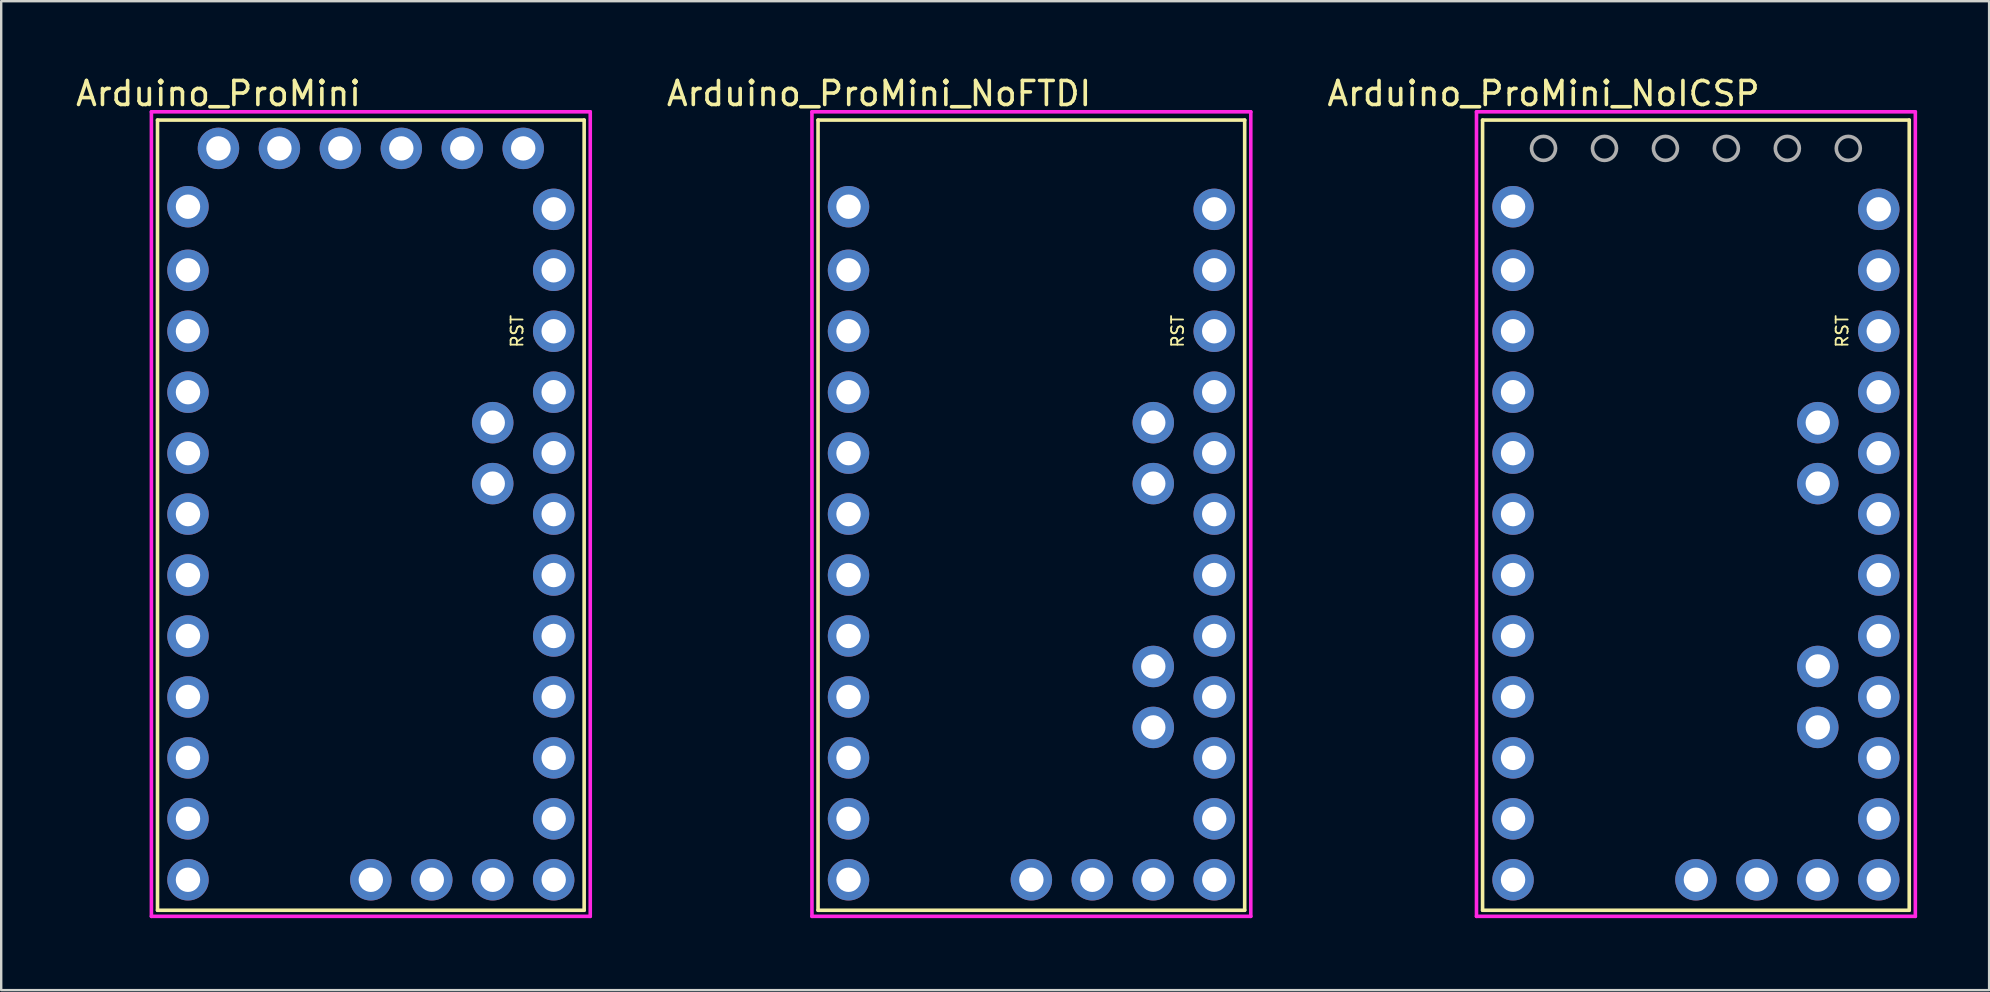
<source format=kicad_pcb>
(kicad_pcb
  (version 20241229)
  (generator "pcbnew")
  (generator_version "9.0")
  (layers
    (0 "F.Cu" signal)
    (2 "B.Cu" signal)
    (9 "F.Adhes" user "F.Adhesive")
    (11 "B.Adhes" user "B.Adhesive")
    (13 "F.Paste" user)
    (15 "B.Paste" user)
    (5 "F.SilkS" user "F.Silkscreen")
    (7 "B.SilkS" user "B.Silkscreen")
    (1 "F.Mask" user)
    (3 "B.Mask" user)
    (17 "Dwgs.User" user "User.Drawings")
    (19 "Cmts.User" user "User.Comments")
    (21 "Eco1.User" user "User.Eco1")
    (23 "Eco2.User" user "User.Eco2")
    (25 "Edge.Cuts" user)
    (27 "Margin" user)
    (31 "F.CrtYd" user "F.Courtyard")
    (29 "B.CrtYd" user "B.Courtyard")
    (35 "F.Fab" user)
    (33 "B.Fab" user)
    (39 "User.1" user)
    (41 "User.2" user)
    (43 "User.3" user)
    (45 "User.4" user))
  (footprint "Arduino_ProMini"
    (layer "F.Cu")
    (at 3.514 34.884)
    (property "Reference" "Arduino_ProMini" (at 2.54 -34.036 0) (layer "F.SilkS") (effects (font (size 1 1) (thickness 0.15))))
    (attr through_hole)
    (fp_line (start 0 -32.93) (end 17.78 -32.93) (stroke (width 0.15) (type solid)) (layer "F.SilkS"))
    (fp_line (start 0 0) (end 0 -32.93) (stroke (width 0.15) (type solid)) (layer "F.SilkS"))
    (fp_line (start 17.78 -32.93) (end 17.78 0) (stroke (width 0.15) (type solid)) (layer "F.SilkS"))
    (fp_line (start 17.78 0) (end 0 0) (stroke (width 0.15) (type solid)) (layer "F.SilkS"))
    (fp_line (start -0.254 -33.274) (end 18.034 -33.274) (stroke (width 0.15) (type solid)) (layer "F.CrtYd"))
    (fp_line (start -0.254 0.254) (end -0.254 -33.274) (stroke (width 0.15) (type solid)) (layer "F.CrtYd"))
    (fp_line (start 18.034 -33.274) (end 18.034 0.254) (stroke (width 0.15) (type solid)) (layer "F.CrtYd"))
    (fp_line (start 18.034 0.254) (end -0.254 0.254) (stroke (width 0.15) (type solid)) (layer "F.CrtYd"))
    (fp_text user "RST" (at 14.986 -24.13 90) (layer "F.SilkS") (effects (font (size 0.5 0.5) (thickness 0.075))))
    (pad "5V1" thru_hole circle (at 16.51 -21.59) (size 1.727 1.727) (drill 1.016) (layers "*.Cu" "*.Mask"))
    (pad "5V2" thru_hole circle (at 10.16 -31.75) (size 1.727 1.727) (drill 1.016) (layers "*.Cu" "*.Mask"))
    (pad "A0" thru_hole circle (at 16.51 -11.43) (size 1.727 1.727) (drill 1.016) (layers "*.Cu" "*.Mask"))
    (pad "A1" thru_hole circle (at 16.51 -13.97) (size 1.727 1.727) (drill 1.016) (layers "*.Cu" "*.Mask"))
    (pad "A2" thru_hole circle (at 16.51 -16.51) (size 1.727 1.727) (drill 1.016) (layers "*.Cu" "*.Mask"))
    (pad "A3" thru_hole circle (at 16.51 -19.05) (size 1.727 1.727) (drill 1.016) (layers "*.Cu" "*.Mask"))
    (pad "A4" thru_hole circle (at 13.97 -17.78) (size 1.727 1.727) (drill 1.016) (layers "*.Cu" "*.Mask"))
    (pad "A5" thru_hole circle (at 13.97 -20.32) (size 1.727 1.727) (drill 1.016) (layers "*.Cu" "*.Mask"))
    (pad "A6" thru_hole circle (at 11.43 -1.27) (size 1.727 1.727) (drill 1.016) (layers "*.Cu" "*.Mask"))
    (pad "A7" thru_hole circle (at 13.97 -1.27) (size 1.727 1.727) (drill 1.016) (layers "*.Cu" "*.Mask"))
    (pad "D0" thru_hole circle (at 1.27 -29.32) (size 1.727 1.727) (drill 1.016) (layers "*.Cu" "*.Mask"))
    (pad "D1" thru_hole circle (at 1.27 -26.67) (size 1.727 1.727) (drill 1.016) (layers "*.Cu" "*.Mask"))
    (pad "D2" thru_hole circle (at 1.27 -19.05) (size 1.727 1.727) (drill 1.016) (layers "*.Cu" "*.Mask"))
    (pad "D3" thru_hole circle (at 1.27 -16.51) (size 1.727 1.727) (drill 1.016) (layers "*.Cu" "*.Mask"))
    (pad "D4" thru_hole circle (at 1.27 -13.97) (size 1.727 1.727) (drill 1.016) (layers "*.Cu" "*.Mask"))
    (pad "D5" thru_hole circle (at 1.27 -11.43) (size 1.727 1.727) (drill 1.016) (layers "*.Cu" "*.Mask"))
    (pad "D6" thru_hole circle (at 1.27 -8.89) (size 1.727 1.727) (drill 1.016) (layers "*.Cu" "*.Mask"))
    (pad "D7" thru_hole circle (at 1.27 -6.35) (size 1.727 1.727) (drill 1.016) (layers "*.Cu" "*.Mask"))
    (pad "D8" thru_hole circle (at 1.27 -3.81) (size 1.727 1.727) (drill 1.016) (layers "*.Cu" "*.Mask"))
    (pad "D9" thru_hole circle (at 1.27 -1.27) (size 1.727 1.727) (drill 1.016) (layers "*.Cu" "*.Mask"))
    (pad "D10" thru_hole circle (at 16.51 -1.27) (size 1.727 1.727) (drill 1.016) (layers "*.Cu" "*.Mask"))
    (pad "D11" thru_hole circle (at 16.51 -3.81) (size 1.727 1.727) (drill 1.016) (layers "*.Cu" "*.Mask"))
    (pad "D12" thru_hole circle (at 16.51 -6.35) (size 1.727 1.727) (drill 1.016) (layers "*.Cu" "*.Mask"))
    (pad "D13" thru_hole circle (at 16.51 -8.89) (size 1.727 1.727) (drill 1.016) (layers "*.Cu" "*.Mask"))
    (pad "GND1" thru_hole circle (at 1.27 -21.59) (size 1.727 1.727) (drill 1.016) (layers "*.Cu" "*.Mask"))
    (pad "GND2" thru_hole circle (at 16.51 -26.67) (size 1.727 1.727) (drill 1.016) (layers "*.Cu" "*.Mask"))
    (pad "GND3" thru_hole circle (at 12.7 -31.75) (size 1.727 1.727) (drill 1.016) (layers "*.Cu" "*.Mask"))
    (pad "GND3" thru_hole circle (at 15.24 -31.75) (size 1.727 1.727) (drill 1.016) (layers "*.Cu" "*.Mask"))
    (pad "GND4" thru_hole circle (at 8.89 -1.27) (size 1.727 1.727) (drill 1.016) (layers "*.Cu" "*.Mask"))
    (pad "L2" thru_hole circle (at 2.54 -31.75) (size 1.727 1.727) (drill 1.016) (layers "*.Cu" "*.Mask"))
    (pad "RST1" thru_hole circle (at 1.27 -24.13) (size 1.727 1.727) (drill 1.016) (layers "*.Cu" "*.Mask"))
    (pad "RST2" thru_hole circle (at 16.51 -24.13) (size 1.727 1.727) (drill 1.016) (layers "*.Cu" "*.Mask"))
    (pad "RX" thru_hole circle (at 7.62 -31.75) (size 1.727 1.727) (drill 1.016) (layers "*.Cu" "*.Mask"))
    (pad "TX" thru_hole circle (at 5.08 -31.75) (size 1.727 1.727) (drill 1.016) (layers "*.Cu" "*.Mask"))
    (pad "VIN" thru_hole circle (at 16.51 -29.21) (size 1.727 1.727) (drill 1.016) (layers "*.Cu" "*.Mask")))
  (footprint "Arduino_ProMini_NoICSP"
    (layer "F.Cu")
    (at 58.735 34.884)
    (property "Reference" "Arduino_ProMini_NoICSP" (at 2.54 -34.036 0) (layer "F.SilkS") (effects (font (size 1 1) (thickness 0.15))))
    (attr through_hole)
    (fp_line (start 0 -32.93) (end 17.78 -32.93) (stroke (width 0.15) (type solid)) (layer "F.SilkS"))
    (fp_line (start 0 0) (end 0 -32.93) (stroke (width 0.15) (type solid)) (layer "F.SilkS"))
    (fp_line (start 17.78 -32.93) (end 17.78 0) (stroke (width 0.15) (type solid)) (layer "F.SilkS"))
    (fp_line (start 17.78 0) (end 0 0) (stroke (width 0.15) (type solid)) (layer "F.SilkS"))
    (fp_line (start -0.254 -33.274) (end 18.034 -33.274) (stroke (width 0.15) (type solid)) (layer "F.CrtYd"))
    (fp_line (start -0.254 0.254) (end -0.254 -33.274) (stroke (width 0.15) (type solid)) (layer "F.CrtYd"))
    (fp_line (start 18.034 -33.274) (end 18.034 0.254) (stroke (width 0.15) (type solid)) (layer "F.CrtYd"))
    (fp_line (start 18.034 0.254) (end -0.254 0.254) (stroke (width 0.15) (type solid)) (layer "F.CrtYd"))
    (fp_circle (center 2.54 -31.75) (end 3.04 -31.75) (stroke (width 0.15) (type solid)) (fill no) (layer "F.Fab"))
    (fp_circle (center 5.08 -31.75) (end 5.58 -31.75) (stroke (width 0.15) (type solid)) (fill no) (layer "F.Fab"))
    (fp_circle (center 7.62 -31.75) (end 8.12 -31.75) (stroke (width 0.15) (type solid)) (fill no) (layer "F.Fab"))
    (fp_circle (center 10.16 -31.75) (end 10.66 -31.75) (stroke (width 0.15) (type solid)) (fill no) (layer "F.Fab"))
    (fp_circle (center 12.7 -31.75) (end 13.2 -31.75) (stroke (width 0.15) (type solid)) (fill no) (layer "F.Fab"))
    (fp_circle (center 15.24 -31.75) (end 15.74 -31.75) (stroke (width 0.15) (type solid)) (fill no) (layer "F.Fab"))
    (fp_text user "RST" (at 14.986 -24.13 90) (layer "F.SilkS") (effects (font (size 0.5 0.5) (thickness 0.075))))
    (pad "5V1" thru_hole circle (at 16.51 -21.59) (size 1.727 1.727) (drill 1.016) (layers "*.Cu" "*.Mask"))
    (pad "A0" thru_hole circle (at 16.51 -11.43) (size 1.727 1.727) (drill 1.016) (layers "*.Cu" "*.Mask"))
    (pad "A1" thru_hole circle (at 16.51 -13.97) (size 1.727 1.727) (drill 1.016) (layers "*.Cu" "*.Mask"))
    (pad "A2" thru_hole circle (at 16.51 -16.51) (size 1.727 1.727) (drill 1.016) (layers "*.Cu" "*.Mask"))
    (pad "A3" thru_hole circle (at 16.51 -19.05) (size 1.727 1.727) (drill 1.016) (layers "*.Cu" "*.Mask"))
    (pad "A4" thru_hole circle (at 13.97 -17.78) (size 1.727 1.727) (drill 1.016) (layers "*.Cu" "*.Mask"))
    (pad "A5" thru_hole circle (at 13.97 -20.32) (size 1.727 1.727) (drill 1.016) (layers "*.Cu" "*.Mask"))
    (pad "A6" thru_hole circle (at 11.43 -1.27) (size 1.727 1.727) (drill 1.016) (layers "*.Cu" "*.Mask"))
    (pad "A6" thru_hole circle (at 13.97 -7.62) (size 1.727 1.727) (drill 1.016) (layers "*.Cu" "*.Mask"))
    (pad "A7" thru_hole circle (at 13.97 -10.16) (size 1.727 1.727) (drill 1.016) (layers "*.Cu" "*.Mask"))
    (pad "A7" thru_hole circle (at 13.97 -1.27) (size 1.727 1.727) (drill 1.016) (layers "*.Cu" "*.Mask"))
    (pad "D0" thru_hole circle (at 1.27 -29.32) (size 1.727 1.727) (drill 1.016) (layers "*.Cu" "*.Mask"))
    (pad "D1" thru_hole circle (at 1.27 -26.67) (size 1.727 1.727) (drill 1.016) (layers "*.Cu" "*.Mask"))
    (pad "D2" thru_hole circle (at 1.27 -19.05) (size 1.727 1.727) (drill 1.016) (layers "*.Cu" "*.Mask"))
    (pad "D3" thru_hole circle (at 1.27 -16.51) (size 1.727 1.727) (drill 1.016) (layers "*.Cu" "*.Mask"))
    (pad "D4" thru_hole circle (at 1.27 -13.97) (size 1.727 1.727) (drill 1.016) (layers "*.Cu" "*.Mask"))
    (pad "D5" thru_hole circle (at 1.27 -11.43) (size 1.727 1.727) (drill 1.016) (layers "*.Cu" "*.Mask"))
    (pad "D6" thru_hole circle (at 1.27 -8.89) (size 1.727 1.727) (drill 1.016) (layers "*.Cu" "*.Mask"))
    (pad "D7" thru_hole circle (at 1.27 -6.35) (size 1.727 1.727) (drill 1.016) (layers "*.Cu" "*.Mask"))
    (pad "D8" thru_hole circle (at 1.27 -3.81) (size 1.727 1.727) (drill 1.016) (layers "*.Cu" "*.Mask"))
    (pad "D9" thru_hole circle (at 1.27 -1.27) (size 1.727 1.727) (drill 1.016) (layers "*.Cu" "*.Mask"))
    (pad "D10" thru_hole circle (at 16.51 -1.27) (size 1.727 1.727) (drill 1.016) (layers "*.Cu" "*.Mask"))
    (pad "D11" thru_hole circle (at 16.51 -3.81) (size 1.727 1.727) (drill 1.016) (layers "*.Cu" "*.Mask"))
    (pad "D12" thru_hole circle (at 16.51 -6.35) (size 1.727 1.727) (drill 1.016) (layers "*.Cu" "*.Mask"))
    (pad "D13" thru_hole circle (at 16.51 -8.89) (size 1.727 1.727) (drill 1.016) (layers "*.Cu" "*.Mask"))
    (pad "GND1" thru_hole circle (at 1.27 -21.59) (size 1.727 1.727) (drill 1.016) (layers "*.Cu" "*.Mask"))
    (pad "GND2" thru_hole circle (at 16.51 -26.67) (size 1.727 1.727) (drill 1.016) (layers "*.Cu" "*.Mask"))
    (pad "GND4" thru_hole circle (at 8.89 -1.27) (size 1.727 1.727) (drill 1.016) (layers "*.Cu" "*.Mask"))
    (pad "RST1" thru_hole circle (at 1.27 -24.13) (size 1.727 1.727) (drill 1.016) (layers "*.Cu" "*.Mask"))
    (pad "RST2" thru_hole circle (at 16.51 -24.13) (size 1.727 1.727) (drill 1.016) (layers "*.Cu" "*.Mask"))
    (pad "VIN" thru_hole circle (at 16.51 -29.21) (size 1.727 1.727) (drill 1.016) (layers "*.Cu" "*.Mask")))
  (footprint "Arduino_ProMini_NoFTDI"
    (layer "F.Cu")
    (at 31.041 34.884)
    (property "Reference" "Arduino_ProMini_NoFTDI" (at 2.54 -34.036 0) (layer "F.SilkS") (effects (font (size 1 1) (thickness 0.15))))
    (attr through_hole)
    (fp_line (start 0 -32.93) (end 17.78 -32.93) (stroke (width 0.15) (type solid)) (layer "F.SilkS"))
    (fp_line (start 0 0) (end 0 -32.93) (stroke (width 0.15) (type solid)) (layer "F.SilkS"))
    (fp_line (start 17.78 -32.93) (end 17.78 0) (stroke (width 0.15) (type solid)) (layer "F.SilkS"))
    (fp_line (start 17.78 0) (end 0 0) (stroke (width 0.15) (type solid)) (layer "F.SilkS"))
    (fp_line (start -0.254 -33.274) (end 18.034 -33.274) (stroke (width 0.15) (type solid)) (layer "F.CrtYd"))
    (fp_line (start -0.254 0.254) (end -0.254 -33.274) (stroke (width 0.15) (type solid)) (layer "F.CrtYd"))
    (fp_line (start 18.034 -33.274) (end 18.034 0.254) (stroke (width 0.15) (type solid)) (layer "F.CrtYd"))
    (fp_line (start 18.034 0.254) (end -0.254 0.254) (stroke (width 0.15) (type solid)) (layer "F.CrtYd"))
    (fp_text user "RST" (at 14.986 -24.13 90) (layer "F.SilkS") (effects (font (size 0.5 0.5) (thickness 0.075))))
    (pad "5V1" thru_hole circle (at 16.51 -21.59) (size 1.727 1.727) (drill 1.016) (layers "*.Cu" "*.Mask"))
    (pad "A0" thru_hole circle (at 16.51 -11.43) (size 1.727 1.727) (drill 1.016) (layers "*.Cu" "*.Mask"))
    (pad "A1" thru_hole circle (at 16.51 -13.97) (size 1.727 1.727) (drill 1.016) (layers "*.Cu" "*.Mask"))
    (pad "A2" thru_hole circle (at 16.51 -16.51) (size 1.727 1.727) (drill 1.016) (layers "*.Cu" "*.Mask"))
    (pad "A3" thru_hole circle (at 16.51 -19.05) (size 1.727 1.727) (drill 1.016) (layers "*.Cu" "*.Mask"))
    (pad "A4" thru_hole circle (at 13.97 -17.78) (size 1.727 1.727) (drill 1.016) (layers "*.Cu" "*.Mask"))
    (pad "A5" thru_hole circle (at 13.97 -20.32) (size 1.727 1.727) (drill 1.016) (layers "*.Cu" "*.Mask"))
    (pad "A6" thru_hole circle (at 11.43 -1.27) (size 1.727 1.727) (drill 1.016) (layers "*.Cu" "*.Mask"))
    (pad "A6" thru_hole circle (at 13.97 -7.62) (size 1.727 1.727) (drill 1.016) (layers "*.Cu" "*.Mask"))
    (pad "A7" thru_hole circle (at 13.97 -10.16) (size 1.727 1.727) (drill 1.016) (layers "*.Cu" "*.Mask"))
    (pad "A7" thru_hole circle (at 13.97 -1.27) (size 1.727 1.727) (drill 1.016) (layers "*.Cu" "*.Mask"))
    (pad "D0" thru_hole circle (at 1.27 -29.32) (size 1.727 1.727) (drill 1.016) (layers "*.Cu" "*.Mask"))
    (pad "D1" thru_hole circle (at 1.27 -26.67) (size 1.727 1.727) (drill 1.016) (layers "*.Cu" "*.Mask"))
    (pad "D2" thru_hole circle (at 1.27 -19.05) (size 1.727 1.727) (drill 1.016) (layers "*.Cu" "*.Mask"))
    (pad "D3" thru_hole circle (at 1.27 -16.51) (size 1.727 1.727) (drill 1.016) (layers "*.Cu" "*.Mask"))
    (pad "D4" thru_hole circle (at 1.27 -13.97) (size 1.727 1.727) (drill 1.016) (layers "*.Cu" "*.Mask"))
    (pad "D5" thru_hole circle (at 1.27 -11.43) (size 1.727 1.727) (drill 1.016) (layers "*.Cu" "*.Mask"))
    (pad "D6" thru_hole circle (at 1.27 -8.89) (size 1.727 1.727) (drill 1.016) (layers "*.Cu" "*.Mask"))
    (pad "D7" thru_hole circle (at 1.27 -6.35) (size 1.727 1.727) (drill 1.016) (layers "*.Cu" "*.Mask"))
    (pad "D8" thru_hole circle (at 1.27 -3.81) (size 1.727 1.727) (drill 1.016) (layers "*.Cu" "*.Mask"))
    (pad "D9" thru_hole circle (at 1.27 -1.27) (size 1.727 1.727) (drill 1.016) (layers "*.Cu" "*.Mask"))
    (pad "D10" thru_hole circle (at 16.51 -1.27) (size 1.727 1.727) (drill 1.016) (layers "*.Cu" "*.Mask"))
    (pad "D11" thru_hole circle (at 16.51 -3.81) (size 1.727 1.727) (drill 1.016) (layers "*.Cu" "*.Mask"))
    (pad "D12" thru_hole circle (at 16.51 -6.35) (size 1.727 1.727) (drill 1.016) (layers "*.Cu" "*.Mask"))
    (pad "D13" thru_hole circle (at 16.51 -8.89) (size 1.727 1.727) (drill 1.016) (layers "*.Cu" "*.Mask"))
    (pad "GND1" thru_hole circle (at 1.27 -21.59) (size 1.727 1.727) (drill 1.016) (layers "*.Cu" "*.Mask"))
    (pad "GND2" thru_hole circle (at 16.51 -26.67) (size 1.727 1.727) (drill 1.016) (layers "*.Cu" "*.Mask"))
    (pad "GND4" thru_hole circle (at 8.89 -1.27) (size 1.727 1.727) (drill 1.016) (layers "*.Cu" "*.Mask"))
    (pad "RST1" thru_hole circle (at 1.27 -24.13) (size 1.727 1.727) (drill 1.016) (layers "*.Cu" "*.Mask"))
    (pad "RST2" thru_hole circle (at 16.51 -24.13) (size 1.727 1.727) (drill 1.016) (layers "*.Cu" "*.Mask"))
    (pad "VIN" thru_hole circle (at 16.51 -29.21) (size 1.727 1.727) (drill 1.016) (layers "*.Cu" "*.Mask")))
  (gr_rect
    (start -3 -3)
    (end 79.844 38.213)
    (stroke (width 0.1) (type default))
    (fill no)
    (layer "Edge.Cuts")))
</source>
